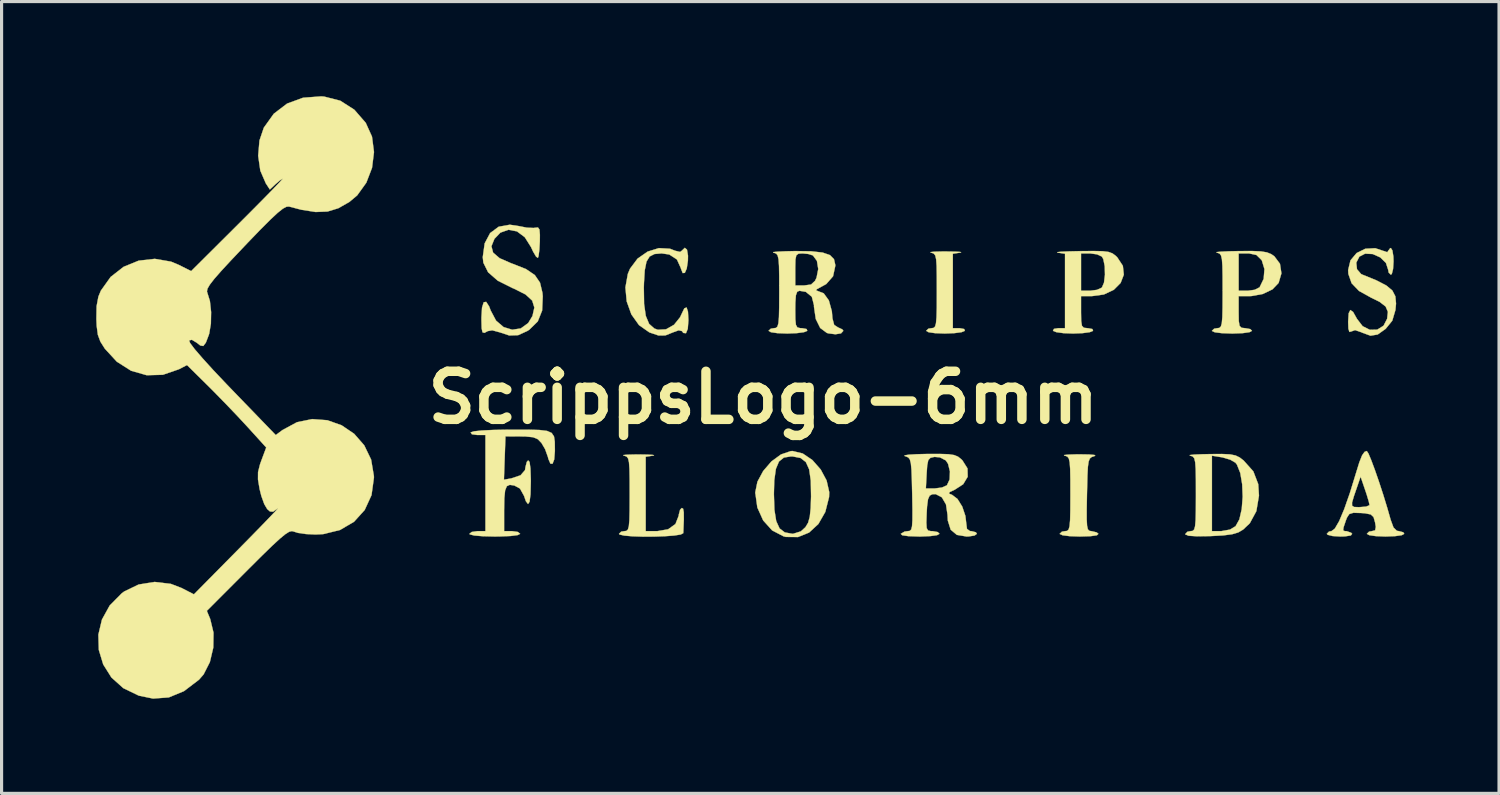
<source format=kicad_pcb>
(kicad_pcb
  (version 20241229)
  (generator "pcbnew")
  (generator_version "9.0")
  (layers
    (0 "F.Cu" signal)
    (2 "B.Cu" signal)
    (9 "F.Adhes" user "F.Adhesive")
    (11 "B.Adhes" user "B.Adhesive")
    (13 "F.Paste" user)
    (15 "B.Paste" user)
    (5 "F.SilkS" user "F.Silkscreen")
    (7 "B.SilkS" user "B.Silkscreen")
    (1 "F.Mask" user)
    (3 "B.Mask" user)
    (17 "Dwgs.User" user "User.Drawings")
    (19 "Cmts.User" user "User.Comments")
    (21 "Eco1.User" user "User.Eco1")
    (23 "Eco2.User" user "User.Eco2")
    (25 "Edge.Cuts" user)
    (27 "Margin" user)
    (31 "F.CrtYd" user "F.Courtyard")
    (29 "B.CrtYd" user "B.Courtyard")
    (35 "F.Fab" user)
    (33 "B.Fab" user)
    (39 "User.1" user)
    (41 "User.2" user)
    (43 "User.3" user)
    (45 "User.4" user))
  (footprint "ScrippsLogo-6mm"
    (layer "F.Cu")
    (at 21.143 9.554)
    (property "Reference" "ScrippsLogo-6mm" (at 0 0 0) (layer "F.SilkS") (effects (font (size 1.524 1.524) (thickness 0.3))))
    (attr through_hole)
    (fp_poly (pts (xy 6.079 -4.628) (xy 6.246 -4.618) (xy 6.276 -4.603) (xy 6.244 -4.596) (xy 6.011 -4.561) (xy 6.011 -2.201) (xy 6.228 -2.201) (xy 6.372 -2.174) (xy 6.392 -2.117) (xy 6.287 -2.074) (xy 6.061 -2.044) (xy 5.762 -2.032) (xy 5.752 -2.032) (xy 5.45 -2.043) (xy 5.242 -2.073) (xy 5.165 -2.117) (xy 5.236 -2.185) (xy 5.334 -2.201) (xy 5.401 -2.21) (xy 5.448 -2.254) (xy 5.477 -2.359) (xy 5.494 -2.551) (xy 5.502 -2.857) (xy 5.503 -3.302) (xy 5.503 -3.381) (xy 5.502 -3.848) (xy 5.497 -4.173) (xy 5.482 -4.383) (xy 5.454 -4.505) (xy 5.408 -4.565) (xy 5.341 -4.591) (xy 5.313 -4.597) (xy 5.3 -4.613) (xy 5.431 -4.626) (xy 5.678 -4.632) (xy 5.8 -4.632) (xy 6.079 -4.628)) (stroke (width 0.01) (type solid)) (fill yes) (layer "F.SilkS"))
    (fp_poly (pts (xy -3.658 1.807) (xy -3.491 1.817) (xy -3.46 1.832) (xy -3.493 1.839) (xy -3.725 1.874) (xy -3.725 4.233) (xy -3.357 4.233) (xy -3.014 4.174) (xy -2.782 4.007) (xy -2.679 3.745) (xy -2.677 3.713) (xy -2.635 3.554) (xy -2.582 3.499) (xy -2.54 3.52) (xy -2.518 3.633) (xy -2.516 3.863) (xy -2.531 4.234) (xy -2.534 4.297) (xy -2.614 4.339) (xy -2.823 4.372) (xy -3.12 4.394) (xy -3.467 4.406) (xy -3.823 4.407) (xy -4.149 4.396) (xy -4.406 4.374) (xy -4.552 4.34) (xy -4.572 4.318) (xy -4.501 4.249) (xy -4.403 4.233) (xy -4.336 4.225) (xy -4.289 4.181) (xy -4.259 4.076) (xy -4.242 3.883) (xy -4.235 3.578) (xy -4.233 3.133) (xy -4.233 3.054) (xy -4.234 2.586) (xy -4.24 2.261) (xy -4.255 2.051) (xy -4.283 1.93) (xy -4.329 1.87) (xy -4.396 1.843) (xy -4.424 1.838) (xy -4.436 1.821) (xy -4.306 1.809) (xy -4.059 1.803) (xy -3.937 1.802) (xy -3.658 1.807)) (stroke (width 0.01) (type solid)) (fill yes) (layer "F.SilkS"))
    (fp_poly (pts (xy 10.329 1.803) (xy 10.5 1.818) (xy 10.527 1.843) (xy 10.499 1.854) (xy 10.414 1.882) (xy 10.355 1.929) (xy 10.316 2.025) (xy 10.292 2.195) (xy 10.278 2.468) (xy 10.268 2.872) (xy 10.263 3.073) (xy 10.255 3.536) (xy 10.255 3.856) (xy 10.266 4.06) (xy 10.291 4.173) (xy 10.335 4.222) (xy 10.399 4.233) (xy 10.407 4.233) (xy 10.57 4.272) (xy 10.626 4.318) (xy 10.577 4.364) (xy 10.373 4.393) (xy 10.038 4.403) (xy 9.716 4.392) (xy 9.492 4.364) (xy 9.399 4.322) (xy 9.398 4.318) (xy 9.469 4.249) (xy 9.567 4.233) (xy 9.634 4.225) (xy 9.681 4.181) (xy 9.711 4.076) (xy 9.728 3.883) (xy 9.735 3.578) (xy 9.737 3.133) (xy 9.737 3.054) (xy 9.736 2.586) (xy 9.73 2.261) (xy 9.715 2.051) (xy 9.687 1.93) (xy 9.641 1.87) (xy 9.574 1.843) (xy 9.546 1.838) (xy 9.534 1.821) (xy 9.664 1.807) (xy 9.911 1.799) (xy 10.033 1.798) (xy 10.329 1.803)) (stroke (width 0.01) (type solid)) (fill yes) (layer "F.SilkS"))
    (fp_poly (pts (xy 1.252 1.771) (xy 1.559 1.979) (xy 1.822 2.278) (xy 2.01 2.629) (xy 2.093 2.995) (xy 2.088 3.151) (xy 1.968 3.624) (xy 1.749 4.006) (xy 1.454 4.278) (xy 1.103 4.42) (xy 0.718 4.416) (xy 0.644 4.397) (xy 0.283 4.209) (xy -0.001 3.893) (xy -0.186 3.483) (xy -0.246 3.051) (xy 0.339 3.051) (xy 0.355 3.555) (xy 0.412 3.913) (xy 0.518 4.146) (xy 0.685 4.273) (xy 0.92 4.316) (xy 0.946 4.317) (xy 1.195 4.239) (xy 1.339 4.107) (xy 1.423 3.967) (xy 1.476 3.778) (xy 1.505 3.5) (xy 1.517 3.133) (xy 1.508 2.631) (xy 1.457 2.275) (xy 1.352 2.043) (xy 1.183 1.913) (xy 0.939 1.866) (xy 0.878 1.864) (xy 0.656 1.9) (xy 0.5 2.025) (xy 0.402 2.259) (xy 0.351 2.622) (xy 0.339 3.051) (xy -0.246 3.051) (xy -0.252 3.01) (xy -0.252 3.006) (xy -0.183 2.666) (xy 0.000148 2.326) (xy 0.26 2.024) (xy 0.563 1.802) (xy 0.871 1.697) (xy 0.931 1.693) (xy 1.252 1.771)) (stroke (width 0.01) (type solid)) (fill yes) (layer "F.SilkS"))
    (fp_poly (pts (xy -2.416 -4.69) (xy -2.384 -4.498) (xy -2.387 -4.339) (xy -2.424 -4.092) (xy -2.484 -3.955) (xy -2.552 -3.948) (xy -2.608 -4.089) (xy -2.611 -4.106) (xy -2.735 -4.379) (xy -2.978 -4.537) (xy -3.22 -4.572) (xy -3.446 -4.552) (xy -3.601 -4.473) (xy -3.7 -4.311) (xy -3.755 -4.038) (xy -3.78 -3.63) (xy -3.784 -3.487) (xy -3.776 -2.966) (xy -3.722 -2.589) (xy -3.617 -2.338) (xy -3.453 -2.192) (xy -3.342 -2.151) (xy -3.081 -2.165) (xy -2.827 -2.309) (xy -2.634 -2.549) (xy -2.595 -2.634) (xy -2.501 -2.829) (xy -2.429 -2.858) (xy -2.385 -2.725) (xy -2.371 -2.455) (xy -2.391 -2.181) (xy -2.448 -2.042) (xy -2.532 -2.05) (xy -2.579 -2.111) (xy -2.681 -2.133) (xy -2.859 -2.069) (xy -3.099 -1.972) (xy -3.317 -1.969) (xy -3.591 -2.061) (xy -3.614 -2.071) (xy -3.937 -2.298) (xy -4.179 -2.638) (xy -4.327 -3.05) (xy -4.368 -3.492) (xy -4.291 -3.922) (xy -4.221 -4.088) (xy -3.983 -4.406) (xy -3.664 -4.628) (xy -3.307 -4.739) (xy -2.954 -4.719) (xy -2.794 -4.656) (xy -2.633 -4.618) (xy -2.582 -4.656) (xy -2.485 -4.749) (xy -2.416 -4.69)) (stroke (width 0.01) (type solid)) (fill yes) (layer "F.SilkS"))
    (fp_poly (pts (xy 10.76 -4.641) (xy 10.946 -4.618) (xy 11.071 -4.572) (xy 11.17 -4.499) (xy 11.222 -4.449) (xy 11.401 -4.177) (xy 11.431 -3.897) (xy 11.33 -3.635) (xy 11.113 -3.417) (xy 10.798 -3.269) (xy 10.418 -3.217) (xy 10.075 -3.217) (xy 10.075 -2.709) (xy 10.08 -2.428) (xy 10.104 -2.276) (xy 10.165 -2.214) (xy 10.28 -2.201) (xy 10.292 -2.201) (xy 10.436 -2.174) (xy 10.456 -2.117) (xy 10.351 -2.074) (xy 10.125 -2.044) (xy 9.827 -2.032) (xy 9.821 -2.032) (xy 9.522 -2.043) (xy 9.295 -2.074) (xy 9.187 -2.116) (xy 9.186 -2.117) (xy 9.216 -2.179) (xy 9.351 -2.201) (xy 9.567 -2.201) (xy 9.567 -4.561) (xy 9.493 -4.572) (xy 10.075 -4.572) (xy 10.075 -3.387) (xy 10.355 -3.387) (xy 10.579 -3.416) (xy 10.733 -3.486) (xy 10.736 -3.488) (xy 10.803 -3.645) (xy 10.833 -3.894) (xy 10.826 -4.166) (xy 10.781 -4.389) (xy 10.736 -4.47) (xy 10.585 -4.541) (xy 10.361 -4.572) (xy 10.355 -4.572) (xy 10.075 -4.572) (xy 9.493 -4.572) (xy 9.335 -4.596) (xy 9.319 -4.611) (xy 9.45 -4.625) (xy 9.703 -4.636) (xy 10.054 -4.644) (xy 10.058 -4.644) (xy 10.476 -4.647) (xy 10.76 -4.641)) (stroke (width 0.01) (type solid)) (fill yes) (layer "F.SilkS"))
    (fp_poly (pts (xy 14.798 1.799) (xy 14.973 1.834) (xy 15.105 1.898) (xy 15.229 1.994) (xy 15.537 2.339) (xy 15.692 2.743) (xy 15.715 3.107) (xy 15.632 3.6) (xy 15.425 3.982) (xy 15.213 4.183) (xy 15.06 4.273) (xy 14.864 4.331) (xy 14.583 4.368) (xy 14.176 4.39) (xy 13.749 4.396) (xy 13.485 4.379) (xy 13.38 4.336) (xy 13.377 4.326) (xy 13.448 4.251) (xy 13.547 4.233) (xy 14.224 4.233) (xy 14.52 4.233) (xy 14.798 4.183) (xy 14.974 4.076) (xy 15.094 3.86) (xy 15.169 3.533) (xy 15.199 3.144) (xy 15.183 2.746) (xy 15.123 2.39) (xy 15.018 2.126) (xy 14.969 2.063) (xy 14.806 1.968) (xy 14.568 1.897) (xy 14.536 1.891) (xy 14.224 1.841) (xy 14.224 4.233) (xy 13.547 4.233) (xy 13.614 4.225) (xy 13.66 4.181) (xy 13.69 4.076) (xy 13.707 3.883) (xy 13.714 3.578) (xy 13.716 3.133) (xy 13.716 3.054) (xy 13.715 2.586) (xy 13.709 2.261) (xy 13.694 2.051) (xy 13.666 1.93) (xy 13.621 1.87) (xy 13.553 1.843) (xy 13.525 1.838) (xy 13.521 1.821) (xy 13.66 1.806) (xy 13.916 1.795) (xy 14.154 1.79) (xy 14.539 1.787) (xy 14.798 1.799)) (stroke (width 0.01) (type solid)) (fill yes) (layer "F.SilkS"))
    (fp_poly (pts (xy 19.945 -4.665) (xy 19.976 -4.47) (xy 19.981 -4.318) (xy 19.966 -4.077) (xy 19.927 -3.923) (xy 19.897 -3.895) (xy 19.826 -3.965) (xy 19.812 -4.048) (xy 19.74 -4.269) (xy 19.56 -4.445) (xy 19.322 -4.551) (xy 19.08 -4.563) (xy 18.898 -4.47) (xy 18.8 -4.278) (xy 18.822 -4.07) (xy 18.953 -3.918) (xy 18.986 -3.902) (xy 19.439 -3.717) (xy 19.751 -3.555) (xy 19.944 -3.394) (xy 20.039 -3.21) (xy 20.06 -2.98) (xy 20.041 -2.778) (xy 19.941 -2.438) (xy 19.731 -2.18) (xy 19.479 -2.001) (xy 19.251 -1.963) (xy 18.989 -2.058) (xy 18.966 -2.07) (xy 18.762 -2.14) (xy 18.648 -2.099) (xy 18.582 -2.081) (xy 18.55 -2.185) (xy 18.542 -2.403) (xy 18.559 -2.672) (xy 18.611 -2.777) (xy 18.699 -2.716) (xy 18.82 -2.5) (xy 19 -2.265) (xy 19.229 -2.15) (xy 19.465 -2.155) (xy 19.664 -2.279) (xy 19.778 -2.5) (xy 19.802 -2.719) (xy 19.731 -2.887) (xy 19.539 -3.036) (xy 19.276 -3.165) (xy 18.888 -3.38) (xy 18.652 -3.625) (xy 18.549 -3.92) (xy 18.542 -4.044) (xy 18.616 -4.351) (xy 18.811 -4.583) (xy 19.086 -4.719) (xy 19.401 -4.736) (xy 19.648 -4.654) (xy 19.783 -4.609) (xy 19.812 -4.654) (xy 19.875 -4.738) (xy 19.897 -4.741) (xy 19.945 -4.665)) (stroke (width 0.01) (type solid)) (fill yes) (layer "F.SilkS"))
    (fp_poly (pts (xy 15.777 -4.635) (xy 15.967 -4.604) (xy 16.103 -4.549) (xy 16.202 -4.481) (xy 16.381 -4.242) (xy 16.427 -3.939) (xy 16.338 -3.636) (xy 16.144 -3.432) (xy 15.838 -3.285) (xy 15.475 -3.219) (xy 15.414 -3.217) (xy 15.071 -3.217) (xy 15.071 -2.709) (xy 15.075 -2.428) (xy 15.1 -2.276) (xy 15.161 -2.214) (xy 15.275 -2.201) (xy 15.282 -2.201) (xy 15.441 -2.172) (xy 15.494 -2.117) (xy 15.415 -2.074) (xy 15.202 -2.044) (xy 14.889 -2.032) (xy 14.859 -2.032) (xy 14.539 -2.043) (xy 14.316 -2.071) (xy 14.225 -2.113) (xy 14.224 -2.117) (xy 14.295 -2.185) (xy 14.393 -2.201) (xy 14.46 -2.21) (xy 14.507 -2.254) (xy 14.537 -2.359) (xy 14.554 -2.551) (xy 14.561 -2.857) (xy 14.563 -3.302) (xy 14.563 -3.381) (xy 14.562 -3.848) (xy 14.556 -4.173) (xy 14.541 -4.383) (xy 14.513 -4.505) (xy 14.467 -4.565) (xy 14.45 -4.572) (xy 15.071 -4.572) (xy 15.071 -3.387) (xy 15.357 -3.387) (xy 15.58 -3.418) (xy 15.732 -3.495) (xy 15.737 -3.501) (xy 15.864 -3.764) (xy 15.889 -4.075) (xy 15.806 -4.348) (xy 15.799 -4.359) (xy 15.635 -4.521) (xy 15.396 -4.572) (xy 15.365 -4.572) (xy 15.071 -4.572) (xy 14.45 -4.572) (xy 14.4 -4.591) (xy 14.372 -4.597) (xy 14.371 -4.613) (xy 14.514 -4.627) (xy 14.776 -4.639) (xy 15.08 -4.645) (xy 15.494 -4.647) (xy 15.777 -4.635)) (stroke (width 0.01) (type solid)) (fill yes) (layer "F.SilkS"))
    (fp_poly (pts (xy -7.751 -5.438) (xy -7.491 -5.387) (xy -7.276 -5.378) (xy -7.232 -5.385) (xy -7.14 -5.393) (xy -7.093 -5.329) (xy -7.079 -5.159) (xy -7.081 -4.953) (xy -7.096 -4.684) (xy -7.121 -4.491) (xy -7.142 -4.429) (xy -7.2 -4.47) (xy -7.294 -4.629) (xy -7.361 -4.773) (xy -7.558 -5.085) (xy -7.806 -5.27) (xy -8.074 -5.321) (xy -8.331 -5.23) (xy -8.52 -5.033) (xy -8.615 -4.798) (xy -8.562 -4.596) (xy -8.355 -4.419) (xy -7.985 -4.257) (xy -7.934 -4.239) (xy -7.516 -4.073) (xy -7.239 -3.884) (xy -7.075 -3.644) (xy -6.998 -3.321) (xy -6.988 -3.211) (xy -7.008 -2.76) (xy -7.146 -2.416) (xy -7.414 -2.153) (xy -7.476 -2.113) (xy -7.771 -1.979) (xy -8.05 -1.97) (xy -8.349 -2.069) (xy -8.589 -2.134) (xy -8.73 -2.109) (xy -8.838 -2.052) (xy -8.898 -2.071) (xy -8.925 -2.196) (xy -8.932 -2.454) (xy -8.932 -2.54) (xy -8.913 -2.854) (xy -8.86 -3.022) (xy -8.782 -3.036) (xy -8.688 -2.891) (xy -8.639 -2.762) (xy -8.469 -2.441) (xy -8.23 -2.236) (xy -7.957 -2.152) (xy -7.685 -2.193) (xy -7.45 -2.363) (xy -7.314 -2.588) (xy -7.254 -2.855) (xy -7.323 -3.076) (xy -7.533 -3.269) (xy -7.898 -3.453) (xy -7.95 -3.474) (xy -8.415 -3.707) (xy -8.72 -3.973) (xy -8.871 -4.277) (xy -8.89 -4.452) (xy -8.829 -4.89) (xy -8.656 -5.216) (xy -8.385 -5.417) (xy -8.032 -5.48) (xy -7.751 -5.438)) (stroke (width 0.01) (type solid)) (fill yes) (layer "F.SilkS"))
    (fp_poly (pts (xy -7.455 1.016) (xy -7.093 1.026) (xy -6.851 1.056) (xy -6.706 1.12) (xy -6.632 1.23) (xy -6.607 1.397) (xy -6.604 1.635) (xy -6.604 1.7) (xy -6.625 1.96) (xy -6.678 2.096) (xy -6.745 2.094) (xy -6.811 1.942) (xy -6.825 1.881) (xy -6.914 1.633) (xy -7.028 1.439) (xy -7.143 1.319) (xy -7.294 1.256) (xy -7.535 1.232) (xy -7.677 1.23) (xy -8.17 1.228) (xy -8.219 2.602) (xy -7.983 2.56) (xy -7.692 2.462) (xy -7.551 2.298) (xy -7.535 2.196) (xy -7.494 2.038) (xy -7.451 1.99) (xy -7.406 2.04) (xy -7.378 2.248) (xy -7.366 2.601) (xy -7.366 2.662) (xy -7.376 3.062) (xy -7.406 3.3) (xy -7.455 3.374) (xy -7.523 3.284) (xy -7.581 3.116) (xy -7.71 2.883) (xy -7.889 2.786) (xy -8.033 2.765) (xy -8.126 2.807) (xy -8.181 2.939) (xy -8.206 3.187) (xy -8.213 3.576) (xy -8.213 3.605) (xy -8.213 4.233) (xy -7.959 4.233) (xy -7.78 4.258) (xy -7.705 4.317) (xy -7.705 4.318) (xy -7.785 4.358) (xy -8.008 4.387) (xy -8.349 4.401) (xy -8.509 4.403) (xy -8.888 4.394) (xy -9.161 4.371) (xy -9.301 4.335) (xy -9.313 4.318) (xy -9.24 4.259) (xy -9.062 4.233) (xy -9.059 4.233) (xy -8.805 4.233) (xy -8.805 1.185) (xy -9.064 1.185) (xy -9.234 1.162) (xy -9.273 1.104) (xy -9.271 1.101) (xy -9.168 1.068) (xy -8.919 1.042) (xy -8.546 1.024) (xy -8.073 1.016) (xy -7.963 1.016) (xy -7.455 1.016)) (stroke (width 0.01) (type solid)) (fill yes) (layer "F.SilkS"))
    (fp_poly (pts (xy 19.184 1.769) (xy 19.272 1.977) (xy 19.387 2.285) (xy 19.518 2.662) (xy 19.654 3.078) (xy 19.784 3.502) (xy 19.89 3.873) (xy 19.979 4.116) (xy 20.087 4.222) (xy 20.154 4.233) (xy 20.29 4.269) (xy 20.32 4.318) (xy 20.242 4.361) (xy 20.032 4.391) (xy 19.728 4.403) (xy 19.727 4.403) (xy 19.423 4.391) (xy 19.213 4.361) (xy 19.135 4.318) (xy 19.135 4.318) (xy 19.205 4.248) (xy 19.293 4.233) (xy 19.397 4.207) (xy 19.419 4.099) (xy 19.396 3.958) (xy 19.348 3.788) (xy 19.259 3.703) (xy 19.076 3.667) (xy 18.951 3.658) (xy 18.709 3.651) (xy 18.579 3.69) (xy 18.504 3.805) (xy 18.467 3.903) (xy 18.397 4.112) (xy 18.384 4.207) (xy 18.433 4.232) (xy 18.495 4.233) (xy 18.639 4.285) (xy 18.669 4.318) (xy 18.627 4.37) (xy 18.438 4.399) (xy 18.293 4.403) (xy 18.05 4.388) (xy 17.895 4.349) (xy 17.865 4.318) (xy 17.935 4.246) (xy 18.013 4.233) (xy 18.12 4.152) (xy 18.257 3.916) (xy 18.417 3.536) (xy 18.491 3.326) (xy 18.666 3.326) (xy 18.668 3.429) (xy 18.734 3.467) (xy 18.866 3.472) (xy 18.917 3.471) (xy 19.115 3.454) (xy 19.216 3.412) (xy 19.219 3.402) (xy 19.194 3.287) (xy 19.129 3.071) (xy 19.078 2.919) (xy 18.937 2.505) (xy 18.837 2.798) (xy 18.724 3.127) (xy 18.666 3.326) (xy 18.491 3.326) (xy 18.597 3.023) (xy 18.786 2.408) (xy 18.897 2.049) (xy 18.985 1.828) (xy 19.063 1.719) (xy 19.133 1.693) (xy 19.184 1.769)) (stroke (width 0.01) (type solid)) (fill yes) (layer "F.SilkS"))
    (fp_poly (pts (xy 1.524 -4.638) (xy 1.884 -4.598) (xy 2.117 -4.517) (xy 2.244 -4.387) (xy 2.286 -4.202) (xy 2.286 -4.181) (xy 2.214 -3.846) (xy 1.998 -3.6) (xy 1.835 -3.51) (xy 1.694 -3.434) (xy 1.681 -3.393) (xy 1.701 -3.39) (xy 1.918 -3.306) (xy 2.081 -3.081) (xy 2.176 -2.737) (xy 2.195 -2.511) (xy 2.25 -2.304) (xy 2.371 -2.226) (xy 2.508 -2.163) (xy 2.54 -2.117) (xy 2.468 -2.037) (xy 2.291 -2.008) (xy 2.068 -2.036) (xy 2.017 -2.051) (xy 1.807 -2.207) (xy 1.666 -2.493) (xy 1.609 -2.883) (xy 1.609 -2.931) (xy 1.541 -3.197) (xy 1.349 -3.353) (xy 1.149 -3.387) (xy 1.077 -3.356) (xy 1.036 -3.242) (xy 1.019 -3.012) (xy 1.016 -2.794) (xy 1.019 -2.484) (xy 1.037 -2.307) (xy 1.083 -2.226) (xy 1.172 -2.202) (xy 1.233 -2.201) (xy 1.377 -2.174) (xy 1.397 -2.117) (xy 1.292 -2.074) (xy 1.066 -2.044) (xy 0.767 -2.032) (xy 0.757 -2.032) (xy 0.455 -2.043) (xy 0.246 -2.073) (xy 0.169 -2.117) (xy 0.24 -2.185) (xy 0.339 -2.201) (xy 0.406 -2.21) (xy 0.452 -2.254) (xy 0.482 -2.359) (xy 0.499 -2.551) (xy 0.506 -2.857) (xy 0.508 -3.302) (xy 0.508 -3.381) (xy 0.507 -3.848) (xy 0.503 -4.064) (xy 1.016 -4.064) (xy 1.016 -3.556) (xy 1.302 -3.556) (xy 1.517 -3.585) (xy 1.642 -3.701) (xy 1.691 -3.804) (xy 1.745 -4.076) (xy 1.703 -4.334) (xy 1.576 -4.507) (xy 1.425 -4.554) (xy 1.249 -4.571) (xy 1.12 -4.563) (xy 1.05 -4.512) (xy 1.022 -4.377) (xy 1.016 -4.119) (xy 1.016 -4.064) (xy 0.503 -4.064) (xy 0.501 -4.173) (xy 0.486 -4.383) (xy 0.458 -4.505) (xy 0.413 -4.565) (xy 0.345 -4.591) (xy 0.318 -4.597) (xy 0.316 -4.613) (xy 0.459 -4.627) (xy 0.72 -4.639) (xy 1.018 -4.645) (xy 1.524 -4.638)) (stroke (width 0.01) (type solid)) (fill yes) (layer "F.SilkS"))
    (fp_poly (pts (xy 5.872 1.794) (xy 6.053 1.821) (xy 6.175 1.871) (xy 6.277 1.952) (xy 6.314 1.988) (xy 6.476 2.245) (xy 6.482 2.508) (xy 6.339 2.746) (xy 6.072 2.919) (xy 5.908 2.996) (xy 5.888 3.042) (xy 5.989 3.083) (xy 6.159 3.213) (xy 6.309 3.454) (xy 6.409 3.75) (xy 6.435 3.971) (xy 6.459 4.161) (xy 6.553 4.23) (xy 6.604 4.233) (xy 6.742 4.269) (xy 6.773 4.318) (xy 6.698 4.372) (xy 6.512 4.401) (xy 6.448 4.403) (xy 6.138 4.351) (xy 5.943 4.187) (xy 5.852 3.898) (xy 5.842 3.711) (xy 5.794 3.386) (xy 5.662 3.159) (xy 5.467 3.059) (xy 5.361 3.063) (xy 5.276 3.107) (xy 5.224 3.223) (xy 5.194 3.449) (xy 5.182 3.663) (xy 5.172 3.965) (xy 5.182 4.136) (xy 5.226 4.212) (xy 5.317 4.233) (xy 5.372 4.233) (xy 5.533 4.262) (xy 5.588 4.318) (xy 5.509 4.361) (xy 5.295 4.39) (xy 4.981 4.403) (xy 4.948 4.403) (xy 4.606 4.392) (xy 4.406 4.363) (xy 4.36 4.318) (xy 4.48 4.247) (xy 4.579 4.233) (xy 4.646 4.225) (xy 4.691 4.181) (xy 4.718 4.076) (xy 4.73 3.883) (xy 4.731 3.576) (xy 4.724 3.129) (xy 4.723 3.073) (xy 4.718 2.879) (xy 5.156 2.879) (xy 5.44 2.879) (xy 5.665 2.85) (xy 5.821 2.781) (xy 5.825 2.777) (xy 5.909 2.594) (xy 5.919 2.341) (xy 5.86 2.1) (xy 5.789 1.991) (xy 5.601 1.894) (xy 5.429 1.879) (xy 5.303 1.907) (xy 5.233 1.981) (xy 5.199 2.145) (xy 5.182 2.392) (xy 5.156 2.879) (xy 4.718 2.879) (xy 4.712 2.61) (xy 4.7 2.289) (xy 4.68 2.081) (xy 4.648 1.96) (xy 4.598 1.897) (xy 4.524 1.864) (xy 4.487 1.854) (xy 4.479 1.83) (xy 4.615 1.809) (xy 4.871 1.794) (xy 5.19 1.786) (xy 5.597 1.785) (xy 5.872 1.794)) (stroke (width 0.01) (type solid)) (fill yes) (layer "F.SilkS"))
    (fp_poly (pts (xy -13.918 -9.542) (xy -13.408 -9.412) (xy -12.962 -9.127) (xy -12.599 -8.71) (xy -12.401 -8.272) (xy -12.338 -7.784) (xy -12.4 -7.284) (xy -12.581 -6.813) (xy -12.871 -6.41) (xy -13.118 -6.203) (xy -13.467 -6.004) (xy -13.81 -5.899) (xy -14.189 -5.884) (xy -14.645 -5.956) (xy -15.031 -6.057) (xy -15.111 -6.051) (xy -15.227 -5.989) (xy -15.394 -5.856) (xy -15.626 -5.639) (xy -15.939 -5.326) (xy -16.347 -4.903) (xy -16.453 -4.791) (xy -16.872 -4.349) (xy -17.184 -4.011) (xy -17.403 -3.761) (xy -17.542 -3.581) (xy -17.615 -3.456) (xy -17.633 -3.369) (xy -17.618 -3.315) (xy -17.539 -3.06) (xy -17.501 -2.712) (xy -17.508 -2.345) (xy -17.561 -2.029) (xy -17.573 -1.991) (xy -17.668 -1.742) (xy -17.749 -1.636) (xy -17.845 -1.652) (xy -17.951 -1.737) (xy -18.11 -1.833) (xy -18.2 -1.814) (xy -18.167 -1.73) (xy -18.023 -1.538) (xy -17.776 -1.251) (xy -17.437 -0.877) (xy -17.014 -0.43) (xy -16.864 -0.274) (xy -15.452 1.187) (xy -15.24 1.029) (xy -14.78 0.78) (xy -14.297 0.681) (xy -13.817 0.717) (xy -13.365 0.877) (xy -12.966 1.147) (xy -12.646 1.514) (xy -12.429 1.964) (xy -12.341 2.485) (xy -12.34 2.54) (xy -12.416 3.09) (xy -12.632 3.561) (xy -12.97 3.935) (xy -13.415 4.196) (xy -13.948 4.327) (xy -14.185 4.339) (xy -14.492 4.325) (xy -14.75 4.288) (xy -14.872 4.249) (xy -14.939 4.231) (xy -15.026 4.252) (xy -15.147 4.328) (xy -15.32 4.47) (xy -15.561 4.692) (xy -15.887 5.009) (xy -16.313 5.433) (xy -16.339 5.459) (xy -17.637 6.759) (xy -17.529 7.02) (xy -17.425 7.451) (xy -17.432 7.924) (xy -17.54 8.382) (xy -17.739 8.774) (xy -17.884 8.941) (xy -18.362 9.305) (xy -18.842 9.503) (xy -19.34 9.54) (xy -19.793 9.447) (xy -20.284 9.21) (xy -20.661 8.872) (xy -20.921 8.458) (xy -21.061 7.996) (xy -21.075 7.513) (xy -20.961 7.035) (xy -20.715 6.589) (xy -20.333 6.203) (xy -20.255 6.145) (xy -19.799 5.925) (xy -19.291 5.843) (xy -18.778 5.904) (xy -18.442 6.033) (xy -18.046 6.236) (xy -16.622 4.794) (xy -16.237 4.403) (xy -15.907 4.065) (xy -15.646 3.794) (xy -15.466 3.605) (xy -15.382 3.511) (xy -15.391 3.512) (xy -15.537 3.616) (xy -15.636 3.609) (xy -15.723 3.533) (xy -15.816 3.376) (xy -15.909 3.117) (xy -15.963 2.903) (xy -16.015 2.593) (xy -16.013 2.36) (xy -15.952 2.118) (xy -15.909 1.997) (xy -15.754 1.582) (xy -16.337 0.939) (xy -16.666 0.585) (xy -17.053 0.18) (xy -17.435 -0.21) (xy -17.593 -0.368) (xy -18.265 -1.032) (xy -18.522 -0.899) (xy -19.03 -0.724) (xy -19.542 -0.71) (xy -20.037 -0.851) (xy -20.491 -1.14) (xy -20.87 -1.552) (xy -21.011 -1.775) (xy -21.091 -1.992) (xy -21.128 -2.271) (xy -21.138 -2.489) (xy -21.131 -2.897) (xy -21.074 -3.201) (xy -20.996 -3.39) (xy -20.685 -3.826) (xy -20.275 -4.146) (xy -19.798 -4.341) (xy -19.286 -4.399) (xy -18.771 -4.31) (xy -18.522 -4.206) (xy -18.134 -4.01) (xy -16.661 -5.476) (xy -16.257 -5.88) (xy -15.899 -6.241) (xy -15.602 -6.544) (xy -15.382 -6.772) (xy -15.255 -6.909) (xy -15.23 -6.943) (xy -15.314 -6.891) (xy -15.455 -6.77) (xy -15.639 -6.597) (xy -15.767 -6.792) (xy -15.941 -7.194) (xy -16.009 -7.667) (xy -15.968 -8.15) (xy -15.83 -8.557) (xy -15.514 -8.999) (xy -15.093 -9.32) (xy -14.585 -9.506) (xy -14.013 -9.549) (xy -13.918 -9.542)) (stroke (width 0.01) (type solid)) (fill yes) (layer "F.SilkS")))
  (gr_rect
    (start -3 -3)
    (end 44.468 22.1)
    (stroke (width 0.1) (type default))
    (fill no)
    (layer "Edge.Cuts")))
</source>
